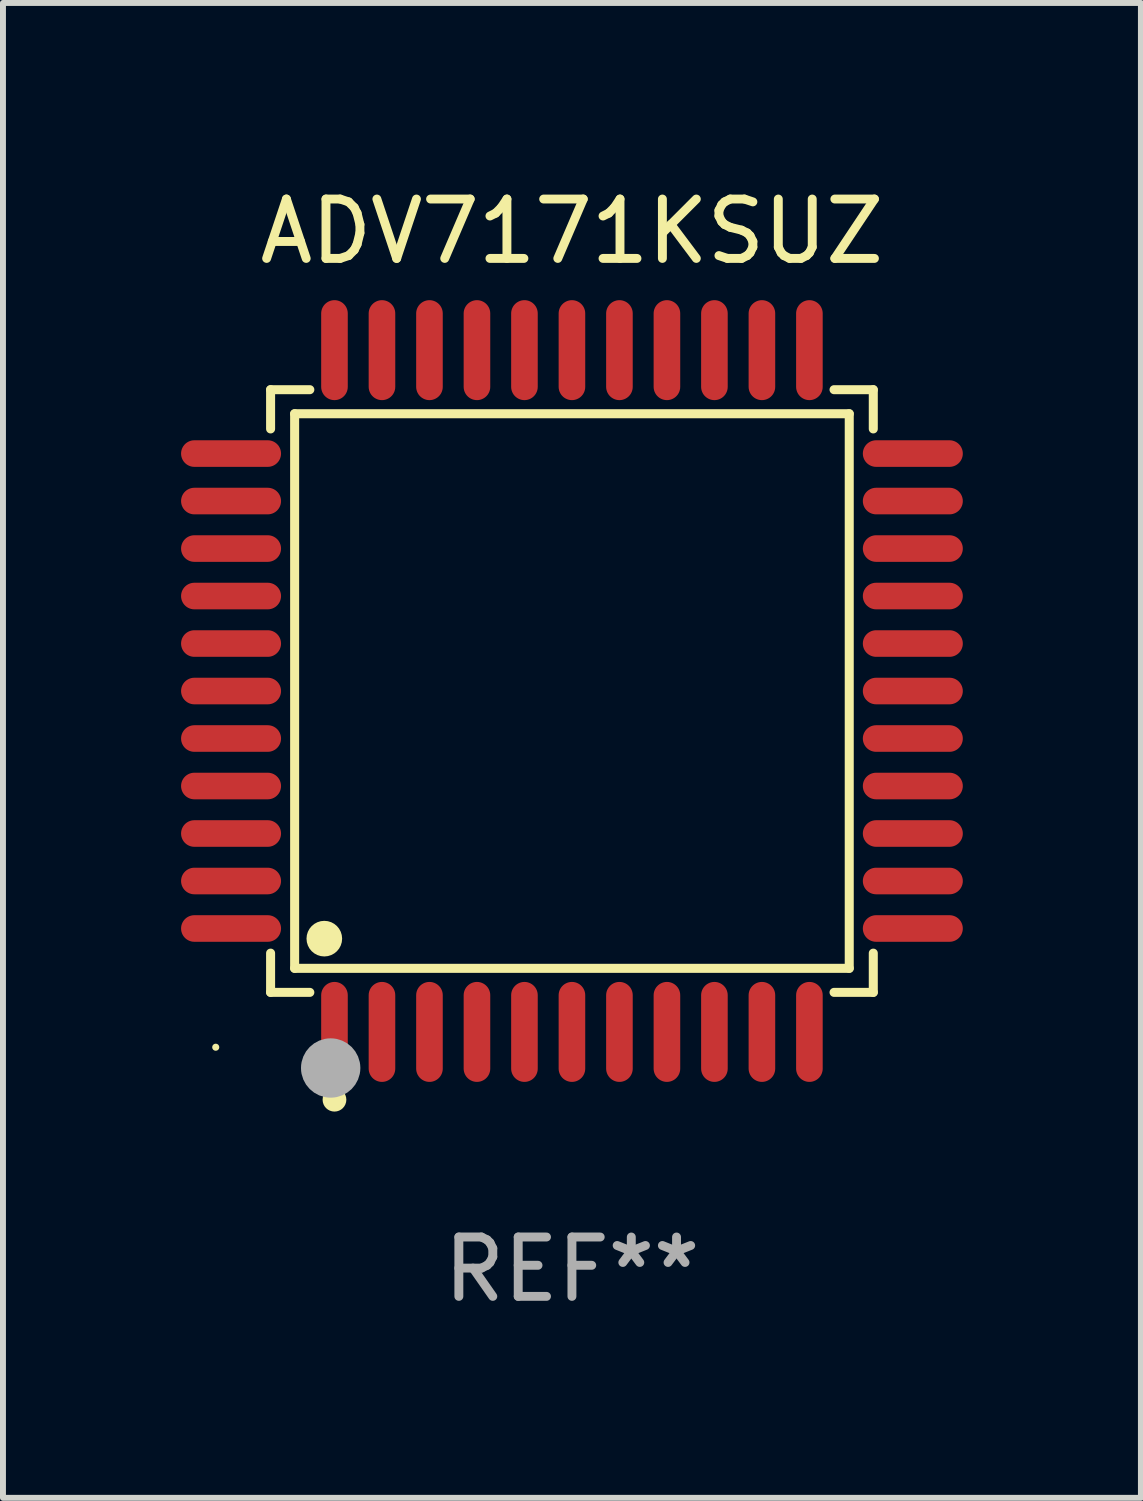
<source format=kicad_pcb>
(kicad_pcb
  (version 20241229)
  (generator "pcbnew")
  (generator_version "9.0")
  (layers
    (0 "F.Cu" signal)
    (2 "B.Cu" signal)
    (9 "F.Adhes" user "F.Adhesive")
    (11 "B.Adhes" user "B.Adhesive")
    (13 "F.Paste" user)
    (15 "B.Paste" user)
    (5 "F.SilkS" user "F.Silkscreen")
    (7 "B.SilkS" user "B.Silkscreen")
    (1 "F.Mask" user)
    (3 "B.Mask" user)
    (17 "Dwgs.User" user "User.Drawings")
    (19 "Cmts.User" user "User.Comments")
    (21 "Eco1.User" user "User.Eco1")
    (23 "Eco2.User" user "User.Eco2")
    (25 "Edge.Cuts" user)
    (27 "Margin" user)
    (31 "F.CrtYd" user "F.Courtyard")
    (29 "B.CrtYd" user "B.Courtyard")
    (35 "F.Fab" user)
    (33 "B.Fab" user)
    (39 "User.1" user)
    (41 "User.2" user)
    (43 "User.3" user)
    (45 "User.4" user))
  (footprint "ADV7171KSUZ"
    (layer "F.Cu")
    (at 6.584 8.59)
    (property "Reference" "ADV7171KSUZ" (at 0 -7.742 0) (layer "F.SilkS") (effects (font (size 1 1) (thickness 0.15))))
    (attr through_hole)
    (fp_line (start -5.076 -5.076) (end -4.415 -5.076) (stroke (width 0.152) (type solid)) (layer "F.SilkS"))
    (fp_line (start -5.076 -4.415) (end -5.076 -5.076) (stroke (width 0.152) (type solid)) (layer "F.SilkS"))
    (fp_line (start -5.076 4.415) (end -5.076 5.076) (stroke (width 0.152) (type solid)) (layer "F.SilkS"))
    (fp_line (start -5.076 5.076) (end -4.415 5.076) (stroke (width 0.152) (type solid)) (layer "F.SilkS"))
    (fp_line (start -4.671 -4.671) (end 4.671 -4.671) (stroke (width 0.152) (type solid)) (layer "F.SilkS"))
    (fp_line (start -4.671 4.671) (end -4.671 -4.671) (stroke (width 0.152) (type solid)) (layer "F.SilkS"))
    (fp_line (start 4.671 -4.671) (end 4.671 4.671) (stroke (width 0.152) (type solid)) (layer "F.SilkS"))
    (fp_line (start 4.671 4.671) (end -4.671 4.671) (stroke (width 0.152) (type solid)) (layer "F.SilkS"))
    (fp_line (start 5.076 -5.076) (end 4.415 -5.076) (stroke (width 0.152) (type solid)) (layer "F.SilkS"))
    (fp_line (start 5.076 -4.415) (end 5.076 -5.076) (stroke (width 0.152) (type solid)) (layer "F.SilkS"))
    (fp_line (start 5.076 4.415) (end 5.076 5.076) (stroke (width 0.152) (type solid)) (layer "F.SilkS"))
    (fp_line (start 5.076 5.076) (end 4.415 5.076) (stroke (width 0.152) (type solid)) (layer "F.SilkS"))
    (fp_circle (center -6 6) (end -5.97 6) (stroke (width 0.06) (type solid)) (fill no) (layer "F.SilkS"))
    (fp_circle (center -4.171 4.171) (end -4.021 4.171) (stroke (width 0.3) (type solid)) (fill no) (layer "F.SilkS"))
    (fp_circle (center -4 6.884) (end -3.9 6.884) (stroke (width 0.2) (type solid)) (fill no) (layer "F.SilkS"))
    (fp_circle (center -4.064 6.35) (end -3.814 6.35) (stroke (width 0.5) (type solid)) (fill no) (layer "F.Fab"))
    (fp_text user "REF**" (at 0 9.742 0) (layer "F.Fab") (effects (font (size 1 1) (thickness 0.15))))
    (pad "1" smd oval (at -4 5.742) (size 0.448 1.684) (layers "F.Cu" "F.Mask" "F.Paste"))
    (pad "2" smd oval (at -3.2 5.742) (size 0.448 1.684) (layers "F.Cu" "F.Mask" "F.Paste"))
    (pad "3" smd oval (at -2.4 5.742) (size 0.448 1.684) (layers "F.Cu" "F.Mask" "F.Paste"))
    (pad "4" smd oval (at -1.6 5.742) (size 0.448 1.684) (layers "F.Cu" "F.Mask" "F.Paste"))
    (pad "5" smd oval (at -0.8 5.742) (size 0.448 1.684) (layers "F.Cu" "F.Mask" "F.Paste"))
    (pad "6" smd oval (at 0 5.742) (size 0.448 1.684) (layers "F.Cu" "F.Mask" "F.Paste"))
    (pad "7" smd oval (at 0.8 5.742) (size 0.448 1.684) (layers "F.Cu" "F.Mask" "F.Paste"))
    (pad "8" smd oval (at 1.6 5.742) (size 0.448 1.684) (layers "F.Cu" "F.Mask" "F.Paste"))
    (pad "9" smd oval (at 2.4 5.742) (size 0.448 1.684) (layers "F.Cu" "F.Mask" "F.Paste"))
    (pad "10" smd oval (at 3.2 5.742) (size 0.448 1.684) (layers "F.Cu" "F.Mask" "F.Paste"))
    (pad "11" smd oval (at 4 5.742) (size 0.448 1.684) (layers "F.Cu" "F.Mask" "F.Paste"))
    (pad "12" smd oval (at 5.742 4) (size 1.684 0.448) (layers "F.Cu" "F.Mask" "F.Paste"))
    (pad "13" smd oval (at 5.742 3.2) (size 1.684 0.448) (layers "F.Cu" "F.Mask" "F.Paste"))
    (pad "14" smd oval (at 5.742 2.4) (size 1.684 0.448) (layers "F.Cu" "F.Mask" "F.Paste"))
    (pad "15" smd oval (at 5.742 1.6) (size 1.684 0.448) (layers "F.Cu" "F.Mask" "F.Paste"))
    (pad "16" smd oval (at 5.742 0.8) (size 1.684 0.448) (layers "F.Cu" "F.Mask" "F.Paste"))
    (pad "17" smd oval (at 5.742 0) (size 1.684 0.448) (layers "F.Cu" "F.Mask" "F.Paste"))
    (pad "18" smd oval (at 5.742 -0.8) (size 1.684 0.448) (layers "F.Cu" "F.Mask" "F.Paste"))
    (pad "19" smd oval (at 5.742 -1.6) (size 1.684 0.448) (layers "F.Cu" "F.Mask" "F.Paste"))
    (pad "20" smd oval (at 5.742 -2.4) (size 1.684 0.448) (layers "F.Cu" "F.Mask" "F.Paste"))
    (pad "21" smd oval (at 5.742 -3.2) (size 1.684 0.448) (layers "F.Cu" "F.Mask" "F.Paste"))
    (pad "22" smd oval (at 5.742 -4) (size 1.684 0.448) (layers "F.Cu" "F.Mask" "F.Paste"))
    (pad "23" smd oval (at 4 -5.742) (size 0.448 1.684) (layers "F.Cu" "F.Mask" "F.Paste"))
    (pad "24" smd oval (at 3.2 -5.742) (size 0.448 1.684) (layers "F.Cu" "F.Mask" "F.Paste"))
    (pad "25" smd oval (at 2.4 -5.742) (size 0.448 1.684) (layers "F.Cu" "F.Mask" "F.Paste"))
    (pad "26" smd oval (at 1.6 -5.742) (size 0.448 1.684) (layers "F.Cu" "F.Mask" "F.Paste"))
    (pad "27" smd oval (at 0.8 -5.742) (size 0.448 1.684) (layers "F.Cu" "F.Mask" "F.Paste"))
    (pad "28" smd oval (at 0 -5.742) (size 0.448 1.684) (layers "F.Cu" "F.Mask" "F.Paste"))
    (pad "29" smd oval (at -0.8 -5.742) (size 0.448 1.684) (layers "F.Cu" "F.Mask" "F.Paste"))
    (pad "30" smd oval (at -1.6 -5.742) (size 0.448 1.684) (layers "F.Cu" "F.Mask" "F.Paste"))
    (pad "31" smd oval (at -2.4 -5.742) (size 0.448 1.684) (layers "F.Cu" "F.Mask" "F.Paste"))
    (pad "32" smd oval (at -3.2 -5.742) (size 0.448 1.684) (layers "F.Cu" "F.Mask" "F.Paste"))
    (pad "33" smd oval (at -4 -5.742) (size 0.448 1.684) (layers "F.Cu" "F.Mask" "F.Paste"))
    (pad "34" smd oval (at -5.742 -4) (size 1.684 0.448) (layers "F.Cu" "F.Mask" "F.Paste"))
    (pad "35" smd oval (at -5.742 -3.2) (size 1.684 0.448) (layers "F.Cu" "F.Mask" "F.Paste"))
    (pad "36" smd oval (at -5.742 -2.4) (size 1.684 0.448) (layers "F.Cu" "F.Mask" "F.Paste"))
    (pad "37" smd oval (at -5.742 -1.6) (size 1.684 0.448) (layers "F.Cu" "F.Mask" "F.Paste"))
    (pad "38" smd oval (at -5.742 -0.8) (size 1.684 0.448) (layers "F.Cu" "F.Mask" "F.Paste"))
    (pad "39" smd oval (at -5.742 0) (size 1.684 0.448) (layers "F.Cu" "F.Mask" "F.Paste"))
    (pad "40" smd oval (at -5.742 0.8) (size 1.684 0.448) (layers "F.Cu" "F.Mask" "F.Paste"))
    (pad "41" smd oval (at -5.742 1.6) (size 1.684 0.448) (layers "F.Cu" "F.Mask" "F.Paste"))
    (pad "42" smd oval (at -5.742 2.4) (size 1.684 0.448) (layers "F.Cu" "F.Mask" "F.Paste"))
    (pad "43" smd oval (at -5.742 3.2) (size 1.684 0.448) (layers "F.Cu" "F.Mask" "F.Paste"))
    (pad "44" smd oval (at -5.742 4) (size 1.684 0.448) (layers "F.Cu" "F.Mask" "F.Paste")))
  (gr_rect
    (start -3 -3)
    (end 16.168 22.18)
    (stroke (width 0.1) (type default))
    (fill no)
    (layer "Edge.Cuts")))
</source>
